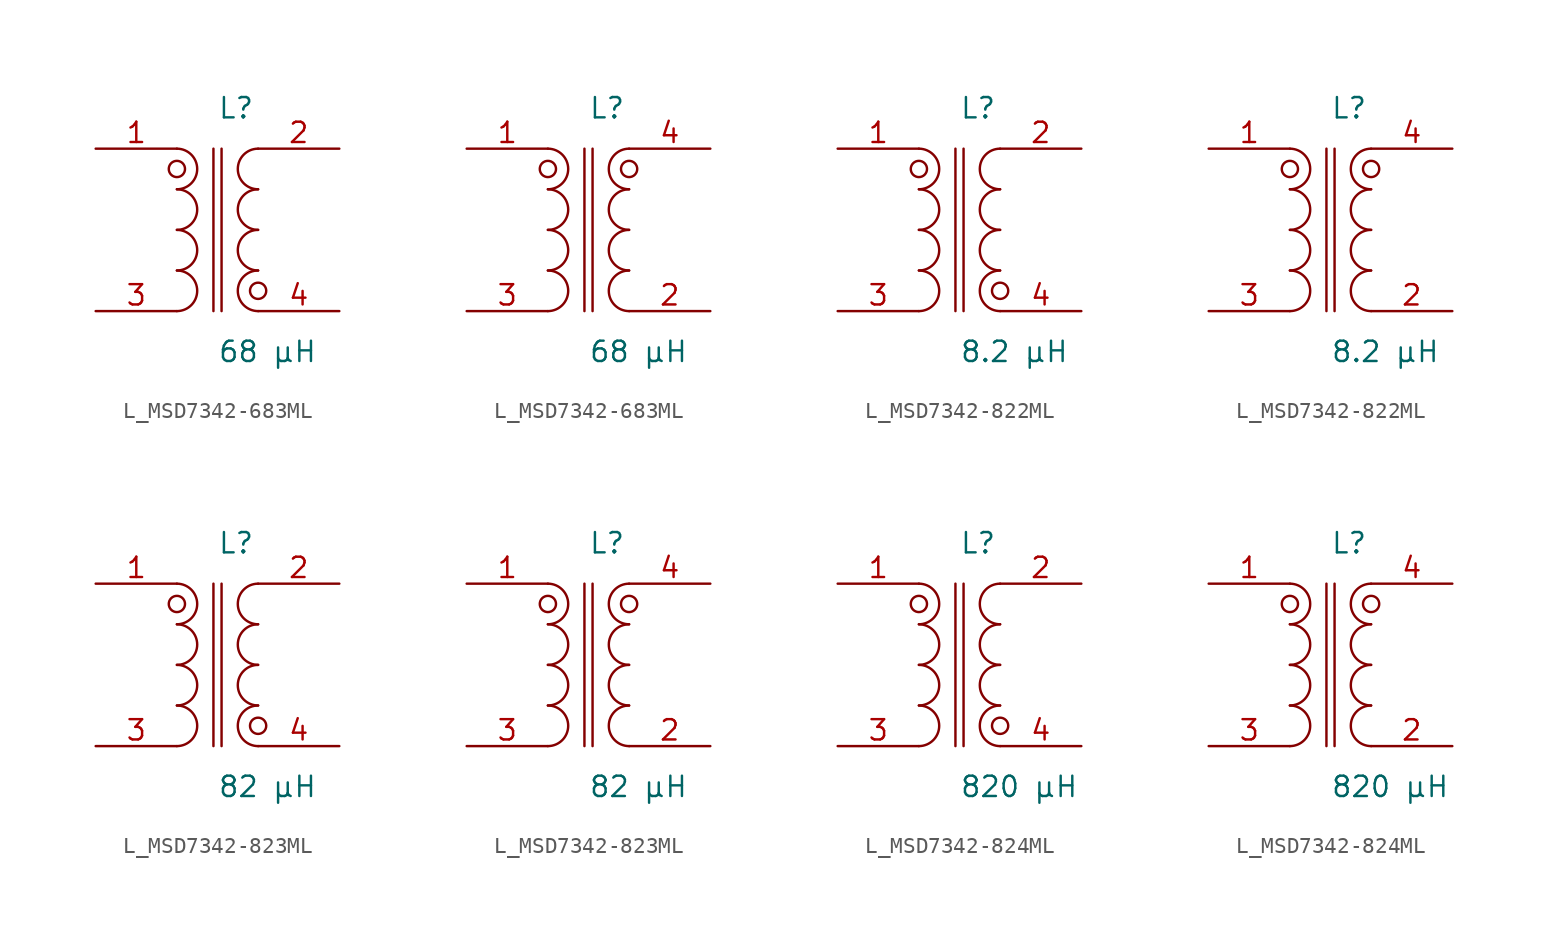
<source format=kicad_sym>
(kicad_symbol_lib
  (version 20231120)
  (generator kicad_symbol_editor)
  (generator_version 8.0)
  (symbol "L_MSD7342-683ML"
    (pin_names
      (offset 0.254))
    (property "Reference" "L"
      (at 0.0 7.62 0)
      (effects (font (size 1.27 1.27)) (justify left)))
    (property "Value" "68 µH"
      (at 0.0 -7.62 0)
      (effects (font (size 1.27 1.27)) (justify left)))
    (symbol "L_MSD7342-683ML_1_1"
      (arc (start -2.54 -5.08) (mid -1.27 -3.81) (end -2.54 -2.54) (stroke (width 0) (type default)) (fill (type none)))
      (arc (start -2.54 -2.54) (mid -1.27 -1.27) (end -2.54 0.0) (stroke (width 0) (type default)) (fill (type none)))
      (arc (start -2.54 0.0) (mid -1.27 1.27) (end -2.54 2.54) (stroke (width 0) (type default)) (fill (type none)))
      (arc (start -2.54 2.54) (mid -1.27 3.81) (end -2.54 5.08) (stroke (width 0) (type default)) (fill (type none)))
      (arc (start 2.54 -5.08) (mid 1.27 -3.81) (end 2.54 -2.54) (stroke (width 0) (type default)) (fill (type none)))
      (arc (start 2.54 -2.54) (mid 1.27 -1.27) (end 2.54 0.0) (stroke (width 0) (type default)) (fill (type none)))
      (arc (start 2.54 0.0) (mid 1.27 1.27) (end 2.54 2.54) (stroke (width 0) (type default)) (fill (type none)))
      (arc (start 2.54 2.54) (mid 1.27 3.81) (end 2.54 5.08) (stroke (width 0) (type default)) (fill (type none)))
      (circle (center -2.54 3.81) (radius 0.508) (stroke (width 0) (type default)) (fill (type none)))
      (circle (center 2.54 -3.81) (radius 0.508) (stroke (width 0) (type default)) (fill (type none)))
      (polyline (pts (xy -0.254 5.08) (xy -0.254 -5.08)) (stroke (width 0) (type default)) (fill (type none)))
      (polyline (pts (xy 0.254 5.08) (xy 0.254 -5.08)) (stroke (width 0) (type default)) (fill (type none)))
      (pin unspecified line (at -7.62 5.08 0) (length 5.08) (name "" (effects (font (size 1.27 1.27)))) (number "1" (effects (font (size 1.27 1.27)))))
      (pin unspecified line (at -7.62 -5.08 0) (length 5.08) (name "" (effects (font (size 1.27 1.27)))) (number "3" (effects (font (size 1.27 1.27)))))
      (pin unspecified line (at 7.62 5.08 180) (length 5.08) (name "" (effects (font (size 1.27 1.27)))) (number "2" (effects (font (size 1.27 1.27)))))
      (pin unspecified line (at 7.62 -5.08 180) (length 5.08) (name "" (effects (font (size 1.27 1.27)))) (number "4" (effects (font (size 1.27 1.27))))))
    (symbol "L_MSD7342-683ML_1_2"
      (arc (start -2.54 -5.08) (mid -1.27 -3.81) (end -2.54 -2.54) (stroke (width 0) (type default)) (fill (type none)))
      (arc (start -2.54 -2.54) (mid -1.27 -1.27) (end -2.54 0.0) (stroke (width 0) (type default)) (fill (type none)))
      (arc (start -2.54 0.0) (mid -1.27 1.27) (end -2.54 2.54) (stroke (width 0) (type default)) (fill (type none)))
      (arc (start -2.54 2.54) (mid -1.27 3.81) (end -2.54 5.08) (stroke (width 0) (type default)) (fill (type none)))
      (arc (start 2.54 -5.08) (mid 1.27 -3.81) (end 2.54 -2.54) (stroke (width 0) (type default)) (fill (type none)))
      (arc (start 2.54 -2.54) (mid 1.27 -1.27) (end 2.54 0.0) (stroke (width 0) (type default)) (fill (type none)))
      (arc (start 2.54 0.0) (mid 1.27 1.27) (end 2.54 2.54) (stroke (width 0) (type default)) (fill (type none)))
      (arc (start 2.54 2.54) (mid 1.27 3.81) (end 2.54 5.08) (stroke (width 0) (type default)) (fill (type none)))
      (circle (center -2.54 3.81) (radius 0.508) (stroke (width 0) (type default)) (fill (type none)))
      (circle (center 2.54 3.81) (radius 0.508) (stroke (width 0) (type default)) (fill (type none)))
      (polyline (pts (xy -0.254 5.08) (xy -0.254 -5.08)) (stroke (width 0) (type default)) (fill (type none)))
      (polyline (pts (xy 0.254 5.08) (xy 0.254 -5.08)) (stroke (width 0) (type default)) (fill (type none)))
      (pin unspecified line (at -7.62 5.08 0) (length 5.08) (name "" (effects (font (size 1.27 1.27)))) (number "1" (effects (font (size 1.27 1.27)))))
      (pin unspecified line (at -7.62 -5.08 0) (length 5.08) (name "" (effects (font (size 1.27 1.27)))) (number "3" (effects (font (size 1.27 1.27)))))
      (pin unspecified line (at 7.62 -5.08 180) (length 5.08) (name "" (effects (font (size 1.27 1.27)))) (number "2" (effects (font (size 1.27 1.27)))))
      (pin unspecified line (at 7.62 5.08 180) (length 5.08) (name "" (effects (font (size 1.27 1.27)))) (number "4" (effects (font (size 1.27 1.27)))))))
  (symbol "L_MSD7342-822ML"
    (pin_names
      (offset 0.254))
    (property "Reference" "L"
      (at 0.0 7.62 0)
      (effects (font (size 1.27 1.27)) (justify left)))
    (property "Value" "8.2 µH"
      (at 0.0 -7.62 0)
      (effects (font (size 1.27 1.27)) (justify left)))
    (symbol "L_MSD7342-822ML_1_1"
      (arc (start -2.54 -5.08) (mid -1.27 -3.81) (end -2.54 -2.54) (stroke (width 0) (type default)) (fill (type none)))
      (arc (start -2.54 -2.54) (mid -1.27 -1.27) (end -2.54 0.0) (stroke (width 0) (type default)) (fill (type none)))
      (arc (start -2.54 0.0) (mid -1.27 1.27) (end -2.54 2.54) (stroke (width 0) (type default)) (fill (type none)))
      (arc (start -2.54 2.54) (mid -1.27 3.81) (end -2.54 5.08) (stroke (width 0) (type default)) (fill (type none)))
      (arc (start 2.54 -5.08) (mid 1.27 -3.81) (end 2.54 -2.54) (stroke (width 0) (type default)) (fill (type none)))
      (arc (start 2.54 -2.54) (mid 1.27 -1.27) (end 2.54 0.0) (stroke (width 0) (type default)) (fill (type none)))
      (arc (start 2.54 0.0) (mid 1.27 1.27) (end 2.54 2.54) (stroke (width 0) (type default)) (fill (type none)))
      (arc (start 2.54 2.54) (mid 1.27 3.81) (end 2.54 5.08) (stroke (width 0) (type default)) (fill (type none)))
      (circle (center -2.54 3.81) (radius 0.508) (stroke (width 0) (type default)) (fill (type none)))
      (circle (center 2.54 -3.81) (radius 0.508) (stroke (width 0) (type default)) (fill (type none)))
      (polyline (pts (xy -0.254 5.08) (xy -0.254 -5.08)) (stroke (width 0) (type default)) (fill (type none)))
      (polyline (pts (xy 0.254 5.08) (xy 0.254 -5.08)) (stroke (width 0) (type default)) (fill (type none)))
      (pin unspecified line (at -7.62 5.08 0) (length 5.08) (name "" (effects (font (size 1.27 1.27)))) (number "1" (effects (font (size 1.27 1.27)))))
      (pin unspecified line (at -7.62 -5.08 0) (length 5.08) (name "" (effects (font (size 1.27 1.27)))) (number "3" (effects (font (size 1.27 1.27)))))
      (pin unspecified line (at 7.62 5.08 180) (length 5.08) (name "" (effects (font (size 1.27 1.27)))) (number "2" (effects (font (size 1.27 1.27)))))
      (pin unspecified line (at 7.62 -5.08 180) (length 5.08) (name "" (effects (font (size 1.27 1.27)))) (number "4" (effects (font (size 1.27 1.27))))))
    (symbol "L_MSD7342-822ML_1_2"
      (arc (start -2.54 -5.08) (mid -1.27 -3.81) (end -2.54 -2.54) (stroke (width 0) (type default)) (fill (type none)))
      (arc (start -2.54 -2.54) (mid -1.27 -1.27) (end -2.54 0.0) (stroke (width 0) (type default)) (fill (type none)))
      (arc (start -2.54 0.0) (mid -1.27 1.27) (end -2.54 2.54) (stroke (width 0) (type default)) (fill (type none)))
      (arc (start -2.54 2.54) (mid -1.27 3.81) (end -2.54 5.08) (stroke (width 0) (type default)) (fill (type none)))
      (arc (start 2.54 -5.08) (mid 1.27 -3.81) (end 2.54 -2.54) (stroke (width 0) (type default)) (fill (type none)))
      (arc (start 2.54 -2.54) (mid 1.27 -1.27) (end 2.54 0.0) (stroke (width 0) (type default)) (fill (type none)))
      (arc (start 2.54 0.0) (mid 1.27 1.27) (end 2.54 2.54) (stroke (width 0) (type default)) (fill (type none)))
      (arc (start 2.54 2.54) (mid 1.27 3.81) (end 2.54 5.08) (stroke (width 0) (type default)) (fill (type none)))
      (circle (center -2.54 3.81) (radius 0.508) (stroke (width 0) (type default)) (fill (type none)))
      (circle (center 2.54 3.81) (radius 0.508) (stroke (width 0) (type default)) (fill (type none)))
      (polyline (pts (xy -0.254 5.08) (xy -0.254 -5.08)) (stroke (width 0) (type default)) (fill (type none)))
      (polyline (pts (xy 0.254 5.08) (xy 0.254 -5.08)) (stroke (width 0) (type default)) (fill (type none)))
      (pin unspecified line (at -7.62 5.08 0) (length 5.08) (name "" (effects (font (size 1.27 1.27)))) (number "1" (effects (font (size 1.27 1.27)))))
      (pin unspecified line (at -7.62 -5.08 0) (length 5.08) (name "" (effects (font (size 1.27 1.27)))) (number "3" (effects (font (size 1.27 1.27)))))
      (pin unspecified line (at 7.62 -5.08 180) (length 5.08) (name "" (effects (font (size 1.27 1.27)))) (number "2" (effects (font (size 1.27 1.27)))))
      (pin unspecified line (at 7.62 5.08 180) (length 5.08) (name "" (effects (font (size 1.27 1.27)))) (number "4" (effects (font (size 1.27 1.27)))))))
  (symbol "L_MSD7342-823ML"
    (pin_names
      (offset 0.254))
    (property "Reference" "L"
      (at 0.0 7.62 0)
      (effects (font (size 1.27 1.27)) (justify left)))
    (property "Value" "82 µH"
      (at 0.0 -7.62 0)
      (effects (font (size 1.27 1.27)) (justify left)))
    (symbol "L_MSD7342-823ML_1_1"
      (arc (start -2.54 -5.08) (mid -1.27 -3.81) (end -2.54 -2.54) (stroke (width 0) (type default)) (fill (type none)))
      (arc (start -2.54 -2.54) (mid -1.27 -1.27) (end -2.54 0.0) (stroke (width 0) (type default)) (fill (type none)))
      (arc (start -2.54 0.0) (mid -1.27 1.27) (end -2.54 2.54) (stroke (width 0) (type default)) (fill (type none)))
      (arc (start -2.54 2.54) (mid -1.27 3.81) (end -2.54 5.08) (stroke (width 0) (type default)) (fill (type none)))
      (arc (start 2.54 -5.08) (mid 1.27 -3.81) (end 2.54 -2.54) (stroke (width 0) (type default)) (fill (type none)))
      (arc (start 2.54 -2.54) (mid 1.27 -1.27) (end 2.54 0.0) (stroke (width 0) (type default)) (fill (type none)))
      (arc (start 2.54 0.0) (mid 1.27 1.27) (end 2.54 2.54) (stroke (width 0) (type default)) (fill (type none)))
      (arc (start 2.54 2.54) (mid 1.27 3.81) (end 2.54 5.08) (stroke (width 0) (type default)) (fill (type none)))
      (circle (center -2.54 3.81) (radius 0.508) (stroke (width 0) (type default)) (fill (type none)))
      (circle (center 2.54 -3.81) (radius 0.508) (stroke (width 0) (type default)) (fill (type none)))
      (polyline (pts (xy -0.254 5.08) (xy -0.254 -5.08)) (stroke (width 0) (type default)) (fill (type none)))
      (polyline (pts (xy 0.254 5.08) (xy 0.254 -5.08)) (stroke (width 0) (type default)) (fill (type none)))
      (pin unspecified line (at -7.62 5.08 0) (length 5.08) (name "" (effects (font (size 1.27 1.27)))) (number "1" (effects (font (size 1.27 1.27)))))
      (pin unspecified line (at -7.62 -5.08 0) (length 5.08) (name "" (effects (font (size 1.27 1.27)))) (number "3" (effects (font (size 1.27 1.27)))))
      (pin unspecified line (at 7.62 5.08 180) (length 5.08) (name "" (effects (font (size 1.27 1.27)))) (number "2" (effects (font (size 1.27 1.27)))))
      (pin unspecified line (at 7.62 -5.08 180) (length 5.08) (name "" (effects (font (size 1.27 1.27)))) (number "4" (effects (font (size 1.27 1.27))))))
    (symbol "L_MSD7342-823ML_1_2"
      (arc (start -2.54 -5.08) (mid -1.27 -3.81) (end -2.54 -2.54) (stroke (width 0) (type default)) (fill (type none)))
      (arc (start -2.54 -2.54) (mid -1.27 -1.27) (end -2.54 0.0) (stroke (width 0) (type default)) (fill (type none)))
      (arc (start -2.54 0.0) (mid -1.27 1.27) (end -2.54 2.54) (stroke (width 0) (type default)) (fill (type none)))
      (arc (start -2.54 2.54) (mid -1.27 3.81) (end -2.54 5.08) (stroke (width 0) (type default)) (fill (type none)))
      (arc (start 2.54 -5.08) (mid 1.27 -3.81) (end 2.54 -2.54) (stroke (width 0) (type default)) (fill (type none)))
      (arc (start 2.54 -2.54) (mid 1.27 -1.27) (end 2.54 0.0) (stroke (width 0) (type default)) (fill (type none)))
      (arc (start 2.54 0.0) (mid 1.27 1.27) (end 2.54 2.54) (stroke (width 0) (type default)) (fill (type none)))
      (arc (start 2.54 2.54) (mid 1.27 3.81) (end 2.54 5.08) (stroke (width 0) (type default)) (fill (type none)))
      (circle (center -2.54 3.81) (radius 0.508) (stroke (width 0) (type default)) (fill (type none)))
      (circle (center 2.54 3.81) (radius 0.508) (stroke (width 0) (type default)) (fill (type none)))
      (polyline (pts (xy -0.254 5.08) (xy -0.254 -5.08)) (stroke (width 0) (type default)) (fill (type none)))
      (polyline (pts (xy 0.254 5.08) (xy 0.254 -5.08)) (stroke (width 0) (type default)) (fill (type none)))
      (pin unspecified line (at -7.62 5.08 0) (length 5.08) (name "" (effects (font (size 1.27 1.27)))) (number "1" (effects (font (size 1.27 1.27)))))
      (pin unspecified line (at -7.62 -5.08 0) (length 5.08) (name "" (effects (font (size 1.27 1.27)))) (number "3" (effects (font (size 1.27 1.27)))))
      (pin unspecified line (at 7.62 -5.08 180) (length 5.08) (name "" (effects (font (size 1.27 1.27)))) (number "2" (effects (font (size 1.27 1.27)))))
      (pin unspecified line (at 7.62 5.08 180) (length 5.08) (name "" (effects (font (size 1.27 1.27)))) (number "4" (effects (font (size 1.27 1.27)))))))
  (symbol "L_MSD7342-824ML"
    (pin_names
      (offset 0.254))
    (property "Reference" "L"
      (at 0.0 7.62 0)
      (effects (font (size 1.27 1.27)) (justify left)))
    (property "Value" "820 µH"
      (at 0.0 -7.62 0)
      (effects (font (size 1.27 1.27)) (justify left)))
    (symbol "L_MSD7342-824ML_1_1"
      (arc (start -2.54 -5.08) (mid -1.27 -3.81) (end -2.54 -2.54) (stroke (width 0) (type default)) (fill (type none)))
      (arc (start -2.54 -2.54) (mid -1.27 -1.27) (end -2.54 0.0) (stroke (width 0) (type default)) (fill (type none)))
      (arc (start -2.54 0.0) (mid -1.27 1.27) (end -2.54 2.54) (stroke (width 0) (type default)) (fill (type none)))
      (arc (start -2.54 2.54) (mid -1.27 3.81) (end -2.54 5.08) (stroke (width 0) (type default)) (fill (type none)))
      (arc (start 2.54 -5.08) (mid 1.27 -3.81) (end 2.54 -2.54) (stroke (width 0) (type default)) (fill (type none)))
      (arc (start 2.54 -2.54) (mid 1.27 -1.27) (end 2.54 0.0) (stroke (width 0) (type default)) (fill (type none)))
      (arc (start 2.54 0.0) (mid 1.27 1.27) (end 2.54 2.54) (stroke (width 0) (type default)) (fill (type none)))
      (arc (start 2.54 2.54) (mid 1.27 3.81) (end 2.54 5.08) (stroke (width 0) (type default)) (fill (type none)))
      (circle (center -2.54 3.81) (radius 0.508) (stroke (width 0) (type default)) (fill (type none)))
      (circle (center 2.54 -3.81) (radius 0.508) (stroke (width 0) (type default)) (fill (type none)))
      (polyline (pts (xy -0.254 5.08) (xy -0.254 -5.08)) (stroke (width 0) (type default)) (fill (type none)))
      (polyline (pts (xy 0.254 5.08) (xy 0.254 -5.08)) (stroke (width 0) (type default)) (fill (type none)))
      (pin unspecified line (at -7.62 5.08 0) (length 5.08) (name "" (effects (font (size 1.27 1.27)))) (number "1" (effects (font (size 1.27 1.27)))))
      (pin unspecified line (at -7.62 -5.08 0) (length 5.08) (name "" (effects (font (size 1.27 1.27)))) (number "3" (effects (font (size 1.27 1.27)))))
      (pin unspecified line (at 7.62 5.08 180) (length 5.08) (name "" (effects (font (size 1.27 1.27)))) (number "2" (effects (font (size 1.27 1.27)))))
      (pin unspecified line (at 7.62 -5.08 180) (length 5.08) (name "" (effects (font (size 1.27 1.27)))) (number "4" (effects (font (size 1.27 1.27))))))
    (symbol "L_MSD7342-824ML_1_2"
      (arc (start -2.54 -5.08) (mid -1.27 -3.81) (end -2.54 -2.54) (stroke (width 0) (type default)) (fill (type none)))
      (arc (start -2.54 -2.54) (mid -1.27 -1.27) (end -2.54 0.0) (stroke (width 0) (type default)) (fill (type none)))
      (arc (start -2.54 0.0) (mid -1.27 1.27) (end -2.54 2.54) (stroke (width 0) (type default)) (fill (type none)))
      (arc (start -2.54 2.54) (mid -1.27 3.81) (end -2.54 5.08) (stroke (width 0) (type default)) (fill (type none)))
      (arc (start 2.54 -5.08) (mid 1.27 -3.81) (end 2.54 -2.54) (stroke (width 0) (type default)) (fill (type none)))
      (arc (start 2.54 -2.54) (mid 1.27 -1.27) (end 2.54 0.0) (stroke (width 0) (type default)) (fill (type none)))
      (arc (start 2.54 0.0) (mid 1.27 1.27) (end 2.54 2.54) (stroke (width 0) (type default)) (fill (type none)))
      (arc (start 2.54 2.54) (mid 1.27 3.81) (end 2.54 5.08) (stroke (width 0) (type default)) (fill (type none)))
      (circle (center -2.54 3.81) (radius 0.508) (stroke (width 0) (type default)) (fill (type none)))
      (circle (center 2.54 3.81) (radius 0.508) (stroke (width 0) (type default)) (fill (type none)))
      (polyline (pts (xy -0.254 5.08) (xy -0.254 -5.08)) (stroke (width 0) (type default)) (fill (type none)))
      (polyline (pts (xy 0.254 5.08) (xy 0.254 -5.08)) (stroke (width 0) (type default)) (fill (type none)))
      (pin unspecified line (at -7.62 5.08 0) (length 5.08) (name "" (effects (font (size 1.27 1.27)))) (number "1" (effects (font (size 1.27 1.27)))))
      (pin unspecified line (at -7.62 -5.08 0) (length 5.08) (name "" (effects (font (size 1.27 1.27)))) (number "3" (effects (font (size 1.27 1.27)))))
      (pin unspecified line (at 7.62 -5.08 180) (length 5.08) (name "" (effects (font (size 1.27 1.27)))) (number "2" (effects (font (size 1.27 1.27)))))
      (pin unspecified line (at 7.62 5.08 180) (length 5.08) (name "" (effects (font (size 1.27 1.27)))) (number "4" (effects (font (size 1.27 1.27))))))))
</source>
